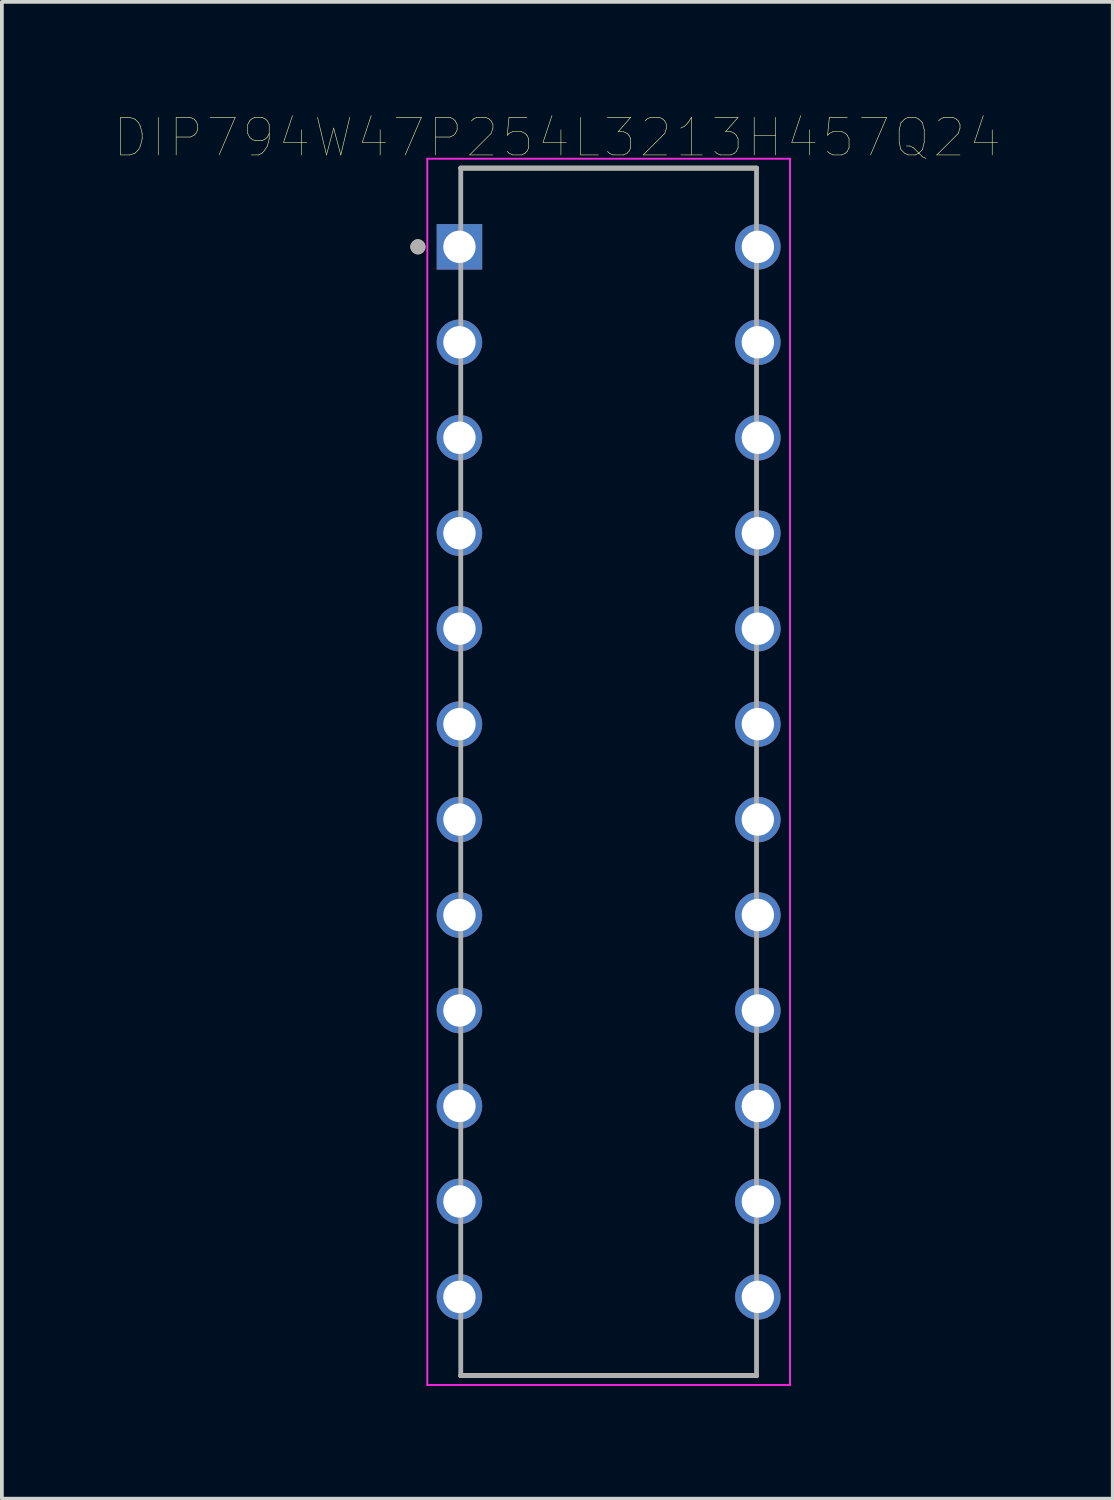
<source format=kicad_pcb>
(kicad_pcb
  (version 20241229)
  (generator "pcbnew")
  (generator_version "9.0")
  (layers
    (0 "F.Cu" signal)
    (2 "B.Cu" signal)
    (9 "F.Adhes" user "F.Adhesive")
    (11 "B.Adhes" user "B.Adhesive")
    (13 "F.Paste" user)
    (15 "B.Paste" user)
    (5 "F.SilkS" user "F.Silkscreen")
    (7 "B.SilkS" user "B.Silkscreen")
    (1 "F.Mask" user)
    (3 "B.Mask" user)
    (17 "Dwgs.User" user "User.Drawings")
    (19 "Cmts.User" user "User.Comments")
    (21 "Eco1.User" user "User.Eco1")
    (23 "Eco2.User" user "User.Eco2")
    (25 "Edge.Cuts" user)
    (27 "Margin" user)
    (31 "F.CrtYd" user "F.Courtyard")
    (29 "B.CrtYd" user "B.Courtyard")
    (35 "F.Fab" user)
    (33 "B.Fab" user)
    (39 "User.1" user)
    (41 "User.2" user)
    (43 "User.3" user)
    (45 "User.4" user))
  (footprint "DIP794W47P254L3213H457Q24"
    (layer "F.Cu")
    (at 13.145 17.488)
    (property "Reference" "DIP794W47P254L3213H457Q24" (at -1.365 -16.877 0) (layer "F.SilkS") (effects (font (size 1 1) (thickness 0.015))))
    (attr through_hole)
    (fp_line (start -3.935 -16.065) (end 3.935 -16.065) (stroke (width 0.127) (type solid)) (layer "F.SilkS"))
    (fp_line (start -3.935 16.065) (end 3.935 16.065) (stroke (width 0.127) (type solid)) (layer "F.SilkS"))
    (fp_circle (center -5.075 -13.97) (end -4.975 -13.97) (stroke (width 0.2) (type solid)) (fill no) (layer "F.SilkS"))
    (fp_line (start -4.825 -16.315) (end -4.825 16.315) (stroke (width 0.05) (type solid)) (layer "F.CrtYd"))
    (fp_line (start 4.825 -16.315) (end -4.825 -16.315) (stroke (width 0.05) (type solid)) (layer "F.CrtYd"))
    (fp_line (start 4.825 -16.315) (end 4.825 16.315) (stroke (width 0.05) (type solid)) (layer "F.CrtYd"))
    (fp_line (start 4.825 16.315) (end -4.825 16.315) (stroke (width 0.05) (type solid)) (layer "F.CrtYd"))
    (fp_line (start -3.935 -16.065) (end -3.935 16.065) (stroke (width 0.127) (type solid)) (layer "F.Fab"))
    (fp_line (start -3.935 -16.065) (end 3.935 -16.065) (stroke (width 0.127) (type solid)) (layer "F.Fab"))
    (fp_line (start -3.935 16.065) (end 3.935 16.065) (stroke (width 0.127) (type solid)) (layer "F.Fab"))
    (fp_line (start 3.935 -16.065) (end 3.935 16.065) (stroke (width 0.127) (type solid)) (layer "F.Fab"))
    (fp_circle (center -5.075 -13.97) (end -4.975 -13.97) (stroke (width 0.2) (type solid)) (fill no) (layer "F.Fab"))
    (pad "1" thru_hole rect (at -3.97 -13.97) (size 1.21 1.21) (drill 0.86) (layers "*.Cu" "*.Mask"))
    (pad "2" thru_hole circle (at -3.97 -11.43) (size 1.21 1.21) (drill 0.86) (layers "*.Cu" "*.Mask"))
    (pad "3" thru_hole circle (at -3.97 -8.89) (size 1.21 1.21) (drill 0.86) (layers "*.Cu" "*.Mask"))
    (pad "4" thru_hole circle (at -3.97 -6.35) (size 1.21 1.21) (drill 0.86) (layers "*.Cu" "*.Mask"))
    (pad "5" thru_hole circle (at -3.97 -3.81) (size 1.21 1.21) (drill 0.86) (layers "*.Cu" "*.Mask"))
    (pad "6" thru_hole circle (at -3.97 -1.27) (size 1.21 1.21) (drill 0.86) (layers "*.Cu" "*.Mask"))
    (pad "7" thru_hole circle (at -3.97 1.27) (size 1.21 1.21) (drill 0.86) (layers "*.Cu" "*.Mask"))
    (pad "8" thru_hole circle (at -3.97 3.81) (size 1.21 1.21) (drill 0.86) (layers "*.Cu" "*.Mask"))
    (pad "9" thru_hole circle (at -3.97 6.35) (size 1.21 1.21) (drill 0.86) (layers "*.Cu" "*.Mask"))
    (pad "10" thru_hole circle (at -3.97 8.89) (size 1.21 1.21) (drill 0.86) (layers "*.Cu" "*.Mask"))
    (pad "11" thru_hole circle (at -3.97 11.43) (size 1.21 1.21) (drill 0.86) (layers "*.Cu" "*.Mask"))
    (pad "12" thru_hole circle (at -3.97 13.97) (size 1.21 1.21) (drill 0.86) (layers "*.Cu" "*.Mask"))
    (pad "13" thru_hole circle (at 3.97 13.97) (size 1.21 1.21) (drill 0.86) (layers "*.Cu" "*.Mask"))
    (pad "14" thru_hole circle (at 3.97 11.43) (size 1.21 1.21) (drill 0.86) (layers "*.Cu" "*.Mask"))
    (pad "15" thru_hole circle (at 3.97 8.89) (size 1.21 1.21) (drill 0.86) (layers "*.Cu" "*.Mask"))
    (pad "16" thru_hole circle (at 3.97 6.35) (size 1.21 1.21) (drill 0.86) (layers "*.Cu" "*.Mask"))
    (pad "17" thru_hole circle (at 3.97 3.81) (size 1.21 1.21) (drill 0.86) (layers "*.Cu" "*.Mask"))
    (pad "18" thru_hole circle (at 3.97 1.27) (size 1.21 1.21) (drill 0.86) (layers "*.Cu" "*.Mask"))
    (pad "19" thru_hole circle (at 3.97 -1.27) (size 1.21 1.21) (drill 0.86) (layers "*.Cu" "*.Mask"))
    (pad "20" thru_hole circle (at 3.97 -3.81) (size 1.21 1.21) (drill 0.86) (layers "*.Cu" "*.Mask"))
    (pad "21" thru_hole circle (at 3.97 -6.35) (size 1.21 1.21) (drill 0.86) (layers "*.Cu" "*.Mask"))
    (pad "22" thru_hole circle (at 3.97 -8.89) (size 1.21 1.21) (drill 0.86) (layers "*.Cu" "*.Mask"))
    (pad "23" thru_hole circle (at 3.97 -11.43) (size 1.21 1.21) (drill 0.86) (layers "*.Cu" "*.Mask"))
    (pad "24" thru_hole circle (at 3.97 -13.97) (size 1.21 1.21) (drill 0.86) (layers "*.Cu" "*.Mask")))
  (gr_rect
    (start -3 -3)
    (end 26.559 36.828)
    (stroke (width 0.1) (type default))
    (fill no)
    (layer "Edge.Cuts")))
</source>
